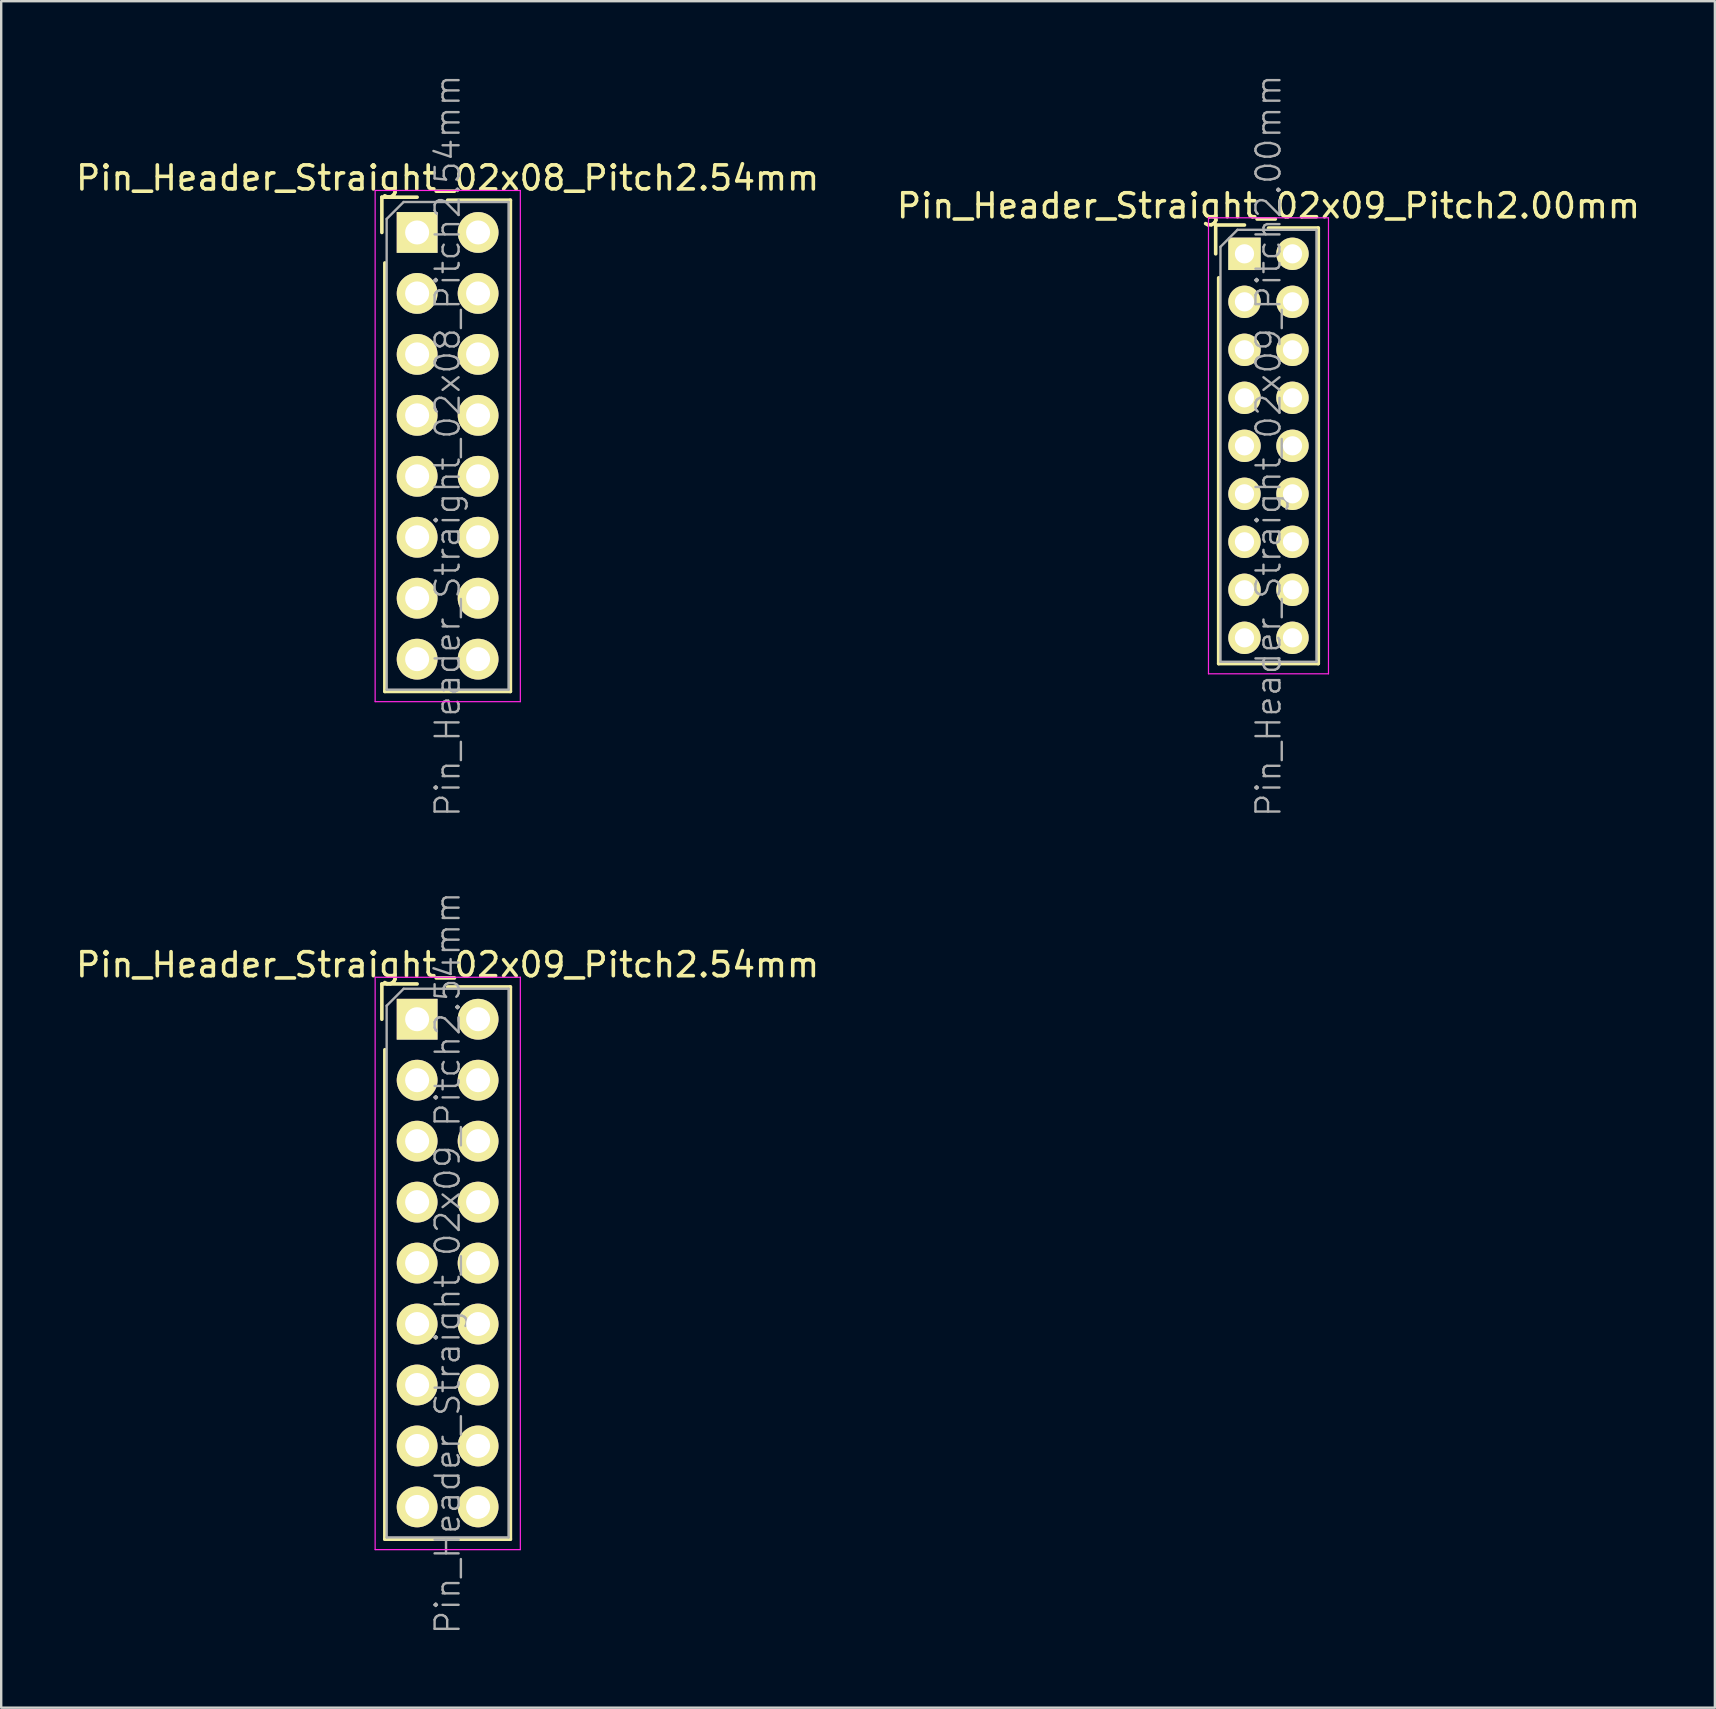
<source format=kicad_pcb>
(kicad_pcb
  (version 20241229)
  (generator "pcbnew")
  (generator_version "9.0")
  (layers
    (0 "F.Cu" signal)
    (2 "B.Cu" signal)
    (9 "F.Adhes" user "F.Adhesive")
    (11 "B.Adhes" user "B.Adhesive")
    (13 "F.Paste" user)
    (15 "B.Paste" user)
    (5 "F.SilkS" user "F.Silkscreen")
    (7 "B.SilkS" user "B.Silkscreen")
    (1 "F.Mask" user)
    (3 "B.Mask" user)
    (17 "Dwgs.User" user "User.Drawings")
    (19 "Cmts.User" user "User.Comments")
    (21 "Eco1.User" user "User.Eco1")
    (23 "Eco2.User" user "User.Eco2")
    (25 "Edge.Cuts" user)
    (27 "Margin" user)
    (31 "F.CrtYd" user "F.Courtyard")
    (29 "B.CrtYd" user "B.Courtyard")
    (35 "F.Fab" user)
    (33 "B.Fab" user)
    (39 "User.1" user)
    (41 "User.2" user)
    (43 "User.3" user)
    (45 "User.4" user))
  (footprint "Pin_Header_Straight_02x09_Pitch2.54mm"
    (layer "F.Cu")
    (at 14.331 39.419)
    (property "Reference" "Pin_Header_Straight_02x09_Pitch2.54mm" (at 1.27 -2.27 0) (layer "F.SilkS") (effects (font (size 1 1) (thickness 0.15))))
    (attr smd)
    (fp_line (start -1.47 -1.47) (end -1.47 0) (stroke (width 0.15) (type solid)) (layer "F.SilkS"))
    (fp_line (start -1.47 -1.47) (end 0 -1.47) (stroke (width 0.15) (type solid)) (layer "F.SilkS"))
    (fp_line (start -1.345 1.27) (end -1.345 21.665) (stroke (width 0.15) (type solid)) (layer "F.SilkS"))
    (fp_line (start -1.345 21.665) (end 3.885 21.665) (stroke (width 0.15) (type solid)) (layer "F.SilkS"))
    (fp_line (start 1.27 -1.345) (end 3.885 -1.345) (stroke (width 0.15) (type solid)) (layer "F.SilkS"))
    (fp_line (start 3.885 -1.345) (end 3.885 21.665) (stroke (width 0.15) (type solid)) (layer "F.SilkS"))
    (fp_line (start -1.75 -1.75) (end -1.75 22.1) (stroke (width 0.05) (type solid)) (layer "F.CrtYd"))
    (fp_line (start 4.3 -1.75) (end -1.75 -1.75) (stroke (width 0.05) (type solid)) (layer "F.CrtYd"))
    (fp_line (start 4.3 -1.75) (end 4.3 22.1) (stroke (width 0.05) (type solid)) (layer "F.CrtYd"))
    (fp_line (start 4.3 22.1) (end -1.75 22.1) (stroke (width 0.05) (type solid)) (layer "F.CrtYd"))
    (fp_line (start -1.27 -0.563) (end -0.563 -1.27) (stroke (width 0.1) (type solid)) (layer "F.Fab"))
    (fp_line (start -1.27 21.59) (end -1.27 -0.563) (stroke (width 0.1) (type solid)) (layer "F.Fab"))
    (fp_line (start 3.81 -1.27) (end -0.563 -1.27) (stroke (width 0.1) (type solid)) (layer "F.Fab"))
    (fp_line (start 3.81 21.59) (end -1.27 21.59) (stroke (width 0.1) (type solid)) (layer "F.Fab"))
    (fp_line (start 3.81 21.59) (end 3.81 -1.27) (stroke (width 0.1) (type solid)) (layer "F.Fab"))
    (fp_text user "${REFERENCE}" (at 1.27 10.16 90) (layer "F.Fab") (effects (font (size 1 1) (thickness 0.1))))
    (pad "1" thru_hole rect (at 0 0) (size 1.7 1.7) (drill 1) (layers "*.Cu" "*.Mask" "F.SilkS"))
    (pad "2" thru_hole oval (at 2.54 0) (size 1.7 1.7) (drill 1) (layers "*.Cu" "*.Mask" "F.SilkS"))
    (pad "3" thru_hole oval (at 0 2.54) (size 1.7 1.7) (drill 1) (layers "*.Cu" "*.Mask" "F.SilkS"))
    (pad "4" thru_hole oval (at 2.54 2.54) (size 1.7 1.7) (drill 1) (layers "*.Cu" "*.Mask" "F.SilkS"))
    (pad "5" thru_hole oval (at 0 5.08) (size 1.7 1.7) (drill 1) (layers "*.Cu" "*.Mask" "F.SilkS"))
    (pad "6" thru_hole oval (at 2.54 5.08) (size 1.7 1.7) (drill 1) (layers "*.Cu" "*.Mask" "F.SilkS"))
    (pad "7" thru_hole oval (at 0 7.62) (size 1.7 1.7) (drill 1) (layers "*.Cu" "*.Mask" "F.SilkS"))
    (pad "8" thru_hole oval (at 2.54 7.62) (size 1.7 1.7) (drill 1) (layers "*.Cu" "*.Mask" "F.SilkS"))
    (pad "9" thru_hole oval (at 0 10.16) (size 1.7 1.7) (drill 1) (layers "*.Cu" "*.Mask" "F.SilkS"))
    (pad "10" thru_hole oval (at 2.54 10.16) (size 1.7 1.7) (drill 1) (layers "*.Cu" "*.Mask" "F.SilkS"))
    (pad "11" thru_hole oval (at 0 12.7) (size 1.7 1.7) (drill 1) (layers "*.Cu" "*.Mask" "F.SilkS"))
    (pad "12" thru_hole oval (at 2.54 12.7) (size 1.7 1.7) (drill 1) (layers "*.Cu" "*.Mask" "F.SilkS"))
    (pad "13" thru_hole oval (at 0 15.24) (size 1.7 1.7) (drill 1) (layers "*.Cu" "*.Mask" "F.SilkS"))
    (pad "14" thru_hole oval (at 2.54 15.24) (size 1.7 1.7) (drill 1) (layers "*.Cu" "*.Mask" "F.SilkS"))
    (pad "15" thru_hole oval (at 0 17.78) (size 1.7 1.7) (drill 1) (layers "*.Cu" "*.Mask" "F.SilkS"))
    (pad "16" thru_hole oval (at 2.54 17.78) (size 1.7 1.7) (drill 1) (layers "*.Cu" "*.Mask" "F.SilkS"))
    (pad "17" thru_hole oval (at 0 20.32) (size 1.7 1.7) (drill 1) (layers "*.Cu" "*.Mask" "F.SilkS"))
    (pad "18" thru_hole oval (at 2.54 20.32) (size 1.7 1.7) (drill 1) (layers "*.Cu" "*.Mask" "F.SilkS")))
  (footprint "Pin_Header_Straight_02x08_Pitch2.54mm"
    (layer "F.Cu")
    (at 14.331 6.636)
    (property "Reference" "Pin_Header_Straight_02x08_Pitch2.54mm" (at 1.27 -2.27 0) (layer "F.SilkS") (effects (font (size 1 1) (thickness 0.15))))
    (attr smd)
    (fp_line (start -1.47 -1.47) (end -1.47 0) (stroke (width 0.15) (type solid)) (layer "F.SilkS"))
    (fp_line (start -1.47 -1.47) (end 0 -1.47) (stroke (width 0.15) (type solid)) (layer "F.SilkS"))
    (fp_line (start -1.345 1.27) (end -1.345 19.125) (stroke (width 0.15) (type solid)) (layer "F.SilkS"))
    (fp_line (start -1.345 19.125) (end 3.885 19.125) (stroke (width 0.15) (type solid)) (layer "F.SilkS"))
    (fp_line (start 1.27 -1.345) (end 3.885 -1.345) (stroke (width 0.15) (type solid)) (layer "F.SilkS"))
    (fp_line (start 3.885 -1.345) (end 3.885 19.125) (stroke (width 0.15) (type solid)) (layer "F.SilkS"))
    (fp_line (start -1.75 -1.75) (end -1.75 19.55) (stroke (width 0.05) (type solid)) (layer "F.CrtYd"))
    (fp_line (start 4.3 -1.75) (end -1.75 -1.75) (stroke (width 0.05) (type solid)) (layer "F.CrtYd"))
    (fp_line (start 4.3 -1.75) (end 4.3 19.55) (stroke (width 0.05) (type solid)) (layer "F.CrtYd"))
    (fp_line (start 4.3 19.55) (end -1.75 19.55) (stroke (width 0.05) (type solid)) (layer "F.CrtYd"))
    (fp_line (start -1.27 -0.563) (end -0.563 -1.27) (stroke (width 0.1) (type solid)) (layer "F.Fab"))
    (fp_line (start -1.27 19.05) (end -1.27 -0.563) (stroke (width 0.1) (type solid)) (layer "F.Fab"))
    (fp_line (start 3.81 -1.27) (end -0.563 -1.27) (stroke (width 0.1) (type solid)) (layer "F.Fab"))
    (fp_line (start 3.81 19.05) (end -1.27 19.05) (stroke (width 0.1) (type solid)) (layer "F.Fab"))
    (fp_line (start 3.81 19.05) (end 3.81 -1.27) (stroke (width 0.1) (type solid)) (layer "F.Fab"))
    (fp_text user "${REFERENCE}" (at 1.27 8.89 90) (layer "F.Fab") (effects (font (size 1 1) (thickness 0.1))))
    (pad "1" thru_hole rect (at 0 0) (size 1.7 1.7) (drill 1) (layers "*.Cu" "*.Mask" "F.SilkS"))
    (pad "2" thru_hole oval (at 2.54 0) (size 1.7 1.7) (drill 1) (layers "*.Cu" "*.Mask" "F.SilkS"))
    (pad "3" thru_hole oval (at 0 2.54) (size 1.7 1.7) (drill 1) (layers "*.Cu" "*.Mask" "F.SilkS"))
    (pad "4" thru_hole oval (at 2.54 2.54) (size 1.7 1.7) (drill 1) (layers "*.Cu" "*.Mask" "F.SilkS"))
    (pad "5" thru_hole oval (at 0 5.08) (size 1.7 1.7) (drill 1) (layers "*.Cu" "*.Mask" "F.SilkS"))
    (pad "6" thru_hole oval (at 2.54 5.08) (size 1.7 1.7) (drill 1) (layers "*.Cu" "*.Mask" "F.SilkS"))
    (pad "7" thru_hole oval (at 0 7.62) (size 1.7 1.7) (drill 1) (layers "*.Cu" "*.Mask" "F.SilkS"))
    (pad "8" thru_hole oval (at 2.54 7.62) (size 1.7 1.7) (drill 1) (layers "*.Cu" "*.Mask" "F.SilkS"))
    (pad "9" thru_hole oval (at 0 10.16) (size 1.7 1.7) (drill 1) (layers "*.Cu" "*.Mask" "F.SilkS"))
    (pad "10" thru_hole oval (at 2.54 10.16) (size 1.7 1.7) (drill 1) (layers "*.Cu" "*.Mask" "F.SilkS"))
    (pad "11" thru_hole oval (at 0 12.7) (size 1.7 1.7) (drill 1) (layers "*.Cu" "*.Mask" "F.SilkS"))
    (pad "12" thru_hole oval (at 2.54 12.7) (size 1.7 1.7) (drill 1) (layers "*.Cu" "*.Mask" "F.SilkS"))
    (pad "13" thru_hole oval (at 0 15.24) (size 1.7 1.7) (drill 1) (layers "*.Cu" "*.Mask" "F.SilkS"))
    (pad "14" thru_hole oval (at 2.54 15.24) (size 1.7 1.7) (drill 1) (layers "*.Cu" "*.Mask" "F.SilkS"))
    (pad "15" thru_hole oval (at 0 17.78) (size 1.7 1.7) (drill 1) (layers "*.Cu" "*.Mask" "F.SilkS"))
    (pad "16" thru_hole oval (at 2.54 17.78) (size 1.7 1.7) (drill 1) (layers "*.Cu" "*.Mask" "F.SilkS")))
  (footprint "Pin_Header_Straight_02x09_Pitch2.00mm"
    (layer "F.Cu")
    (at 48.804 7.526)
    (property "Reference" "Pin_Header_Straight_02x09_Pitch2.00mm" (at 1 -2 0) (layer "F.SilkS") (effects (font (size 1 1) (thickness 0.15))))
    (attr smd)
    (fp_line (start -1.2 -1.2) (end -1.2 0) (stroke (width 0.15) (type solid)) (layer "F.SilkS"))
    (fp_line (start -1.2 -1.2) (end 0 -1.2) (stroke (width 0.15) (type solid)) (layer "F.SilkS"))
    (fp_line (start -1.075 1) (end -1.075 17.075) (stroke (width 0.15) (type solid)) (layer "F.SilkS"))
    (fp_line (start -1.075 17.075) (end 3.075 17.075) (stroke (width 0.15) (type solid)) (layer "F.SilkS"))
    (fp_line (start 1 -1.075) (end 3.075 -1.075) (stroke (width 0.15) (type solid)) (layer "F.SilkS"))
    (fp_line (start 3.075 -1.075) (end 3.075 17.075) (stroke (width 0.15) (type solid)) (layer "F.SilkS"))
    (fp_line (start -1.5 -1.5) (end -1.5 17.5) (stroke (width 0.05) (type solid)) (layer "F.CrtYd"))
    (fp_line (start 3.5 -1.5) (end -1.5 -1.5) (stroke (width 0.05) (type solid)) (layer "F.CrtYd"))
    (fp_line (start 3.5 -1.5) (end 3.5 17.5) (stroke (width 0.05) (type solid)) (layer "F.CrtYd"))
    (fp_line (start 3.5 17.5) (end -1.5 17.5) (stroke (width 0.05) (type solid)) (layer "F.CrtYd"))
    (fp_line (start -1 -0.293) (end -0.293 -1) (stroke (width 0.1) (type solid)) (layer "F.Fab"))
    (fp_line (start -1 17) (end -1 -0.293) (stroke (width 0.1) (type solid)) (layer "F.Fab"))
    (fp_line (start 3 -1) (end -0.293 -1) (stroke (width 0.1) (type solid)) (layer "F.Fab"))
    (fp_line (start 3 17) (end -1 17) (stroke (width 0.1) (type solid)) (layer "F.Fab"))
    (fp_line (start 3 17) (end 3 -1) (stroke (width 0.1) (type solid)) (layer "F.Fab"))
    (fp_text user "${REFERENCE}" (at 1 8 90) (layer "F.Fab") (effects (font (size 1 1) (thickness 0.1))))
    (pad "1" thru_hole rect (at 0 0) (size 1.35 1.35) (drill 0.8) (layers "*.Cu" "*.Mask" "F.SilkS"))
    (pad "2" thru_hole oval (at 2 0) (size 1.35 1.35) (drill 0.8) (layers "*.Cu" "*.Mask" "F.SilkS"))
    (pad "3" thru_hole oval (at 0 2) (size 1.35 1.35) (drill 0.8) (layers "*.Cu" "*.Mask" "F.SilkS"))
    (pad "4" thru_hole oval (at 2 2) (size 1.35 1.35) (drill 0.8) (layers "*.Cu" "*.Mask" "F.SilkS"))
    (pad "5" thru_hole oval (at 0 4) (size 1.35 1.35) (drill 0.8) (layers "*.Cu" "*.Mask" "F.SilkS"))
    (pad "6" thru_hole oval (at 2 4) (size 1.35 1.35) (drill 0.8) (layers "*.Cu" "*.Mask" "F.SilkS"))
    (pad "7" thru_hole oval (at 0 6) (size 1.35 1.35) (drill 0.8) (layers "*.Cu" "*.Mask" "F.SilkS"))
    (pad "8" thru_hole oval (at 2 6) (size 1.35 1.35) (drill 0.8) (layers "*.Cu" "*.Mask" "F.SilkS"))
    (pad "9" thru_hole oval (at 0 8) (size 1.35 1.35) (drill 0.8) (layers "*.Cu" "*.Mask" "F.SilkS"))
    (pad "10" thru_hole oval (at 2 8) (size 1.35 1.35) (drill 0.8) (layers "*.Cu" "*.Mask" "F.SilkS"))
    (pad "11" thru_hole oval (at 0 10) (size 1.35 1.35) (drill 0.8) (layers "*.Cu" "*.Mask" "F.SilkS"))
    (pad "12" thru_hole oval (at 2 10) (size 1.35 1.35) (drill 0.8) (layers "*.Cu" "*.Mask" "F.SilkS"))
    (pad "13" thru_hole oval (at 0 12) (size 1.35 1.35) (drill 0.8) (layers "*.Cu" "*.Mask" "F.SilkS"))
    (pad "14" thru_hole oval (at 2 12) (size 1.35 1.35) (drill 0.8) (layers "*.Cu" "*.Mask" "F.SilkS"))
    (pad "15" thru_hole oval (at 0 14) (size 1.35 1.35) (drill 0.8) (layers "*.Cu" "*.Mask" "F.SilkS"))
    (pad "16" thru_hole oval (at 2 14) (size 1.35 1.35) (drill 0.8) (layers "*.Cu" "*.Mask" "F.SilkS"))
    (pad "17" thru_hole oval (at 0 16) (size 1.35 1.35) (drill 0.8) (layers "*.Cu" "*.Mask" "F.SilkS"))
    (pad "18" thru_hole oval (at 2 16) (size 1.35 1.35) (drill 0.8) (layers "*.Cu" "*.Mask" "F.SilkS")))
  (gr_rect
    (start -3 -3)
    (end 68.405 68.105)
    (stroke (width 0.1) (type default))
    (fill no)
    (layer "Edge.Cuts")))
</source>
